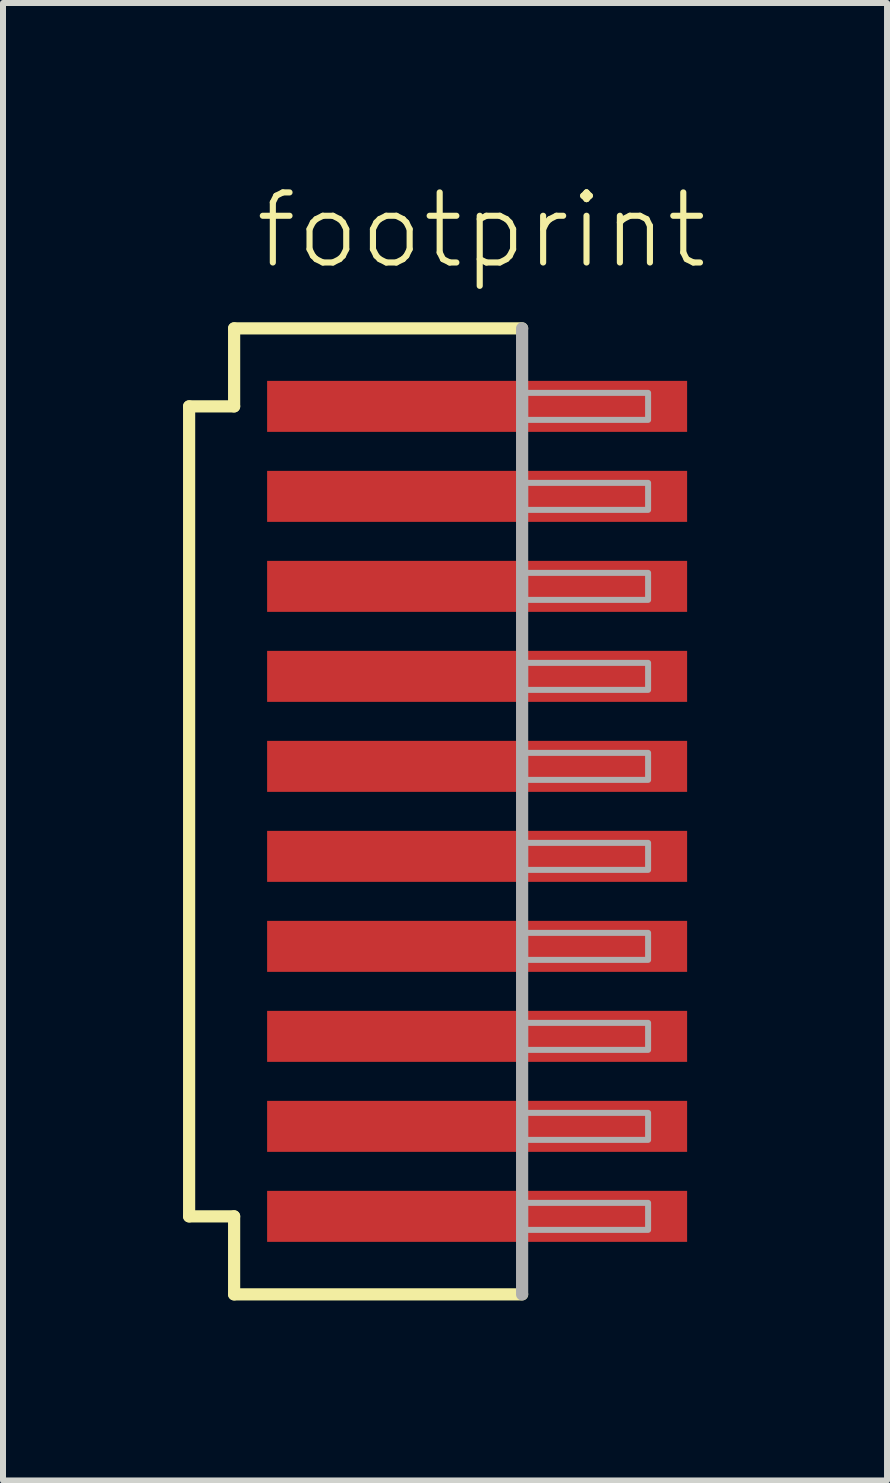
<source format=kicad_pcb>
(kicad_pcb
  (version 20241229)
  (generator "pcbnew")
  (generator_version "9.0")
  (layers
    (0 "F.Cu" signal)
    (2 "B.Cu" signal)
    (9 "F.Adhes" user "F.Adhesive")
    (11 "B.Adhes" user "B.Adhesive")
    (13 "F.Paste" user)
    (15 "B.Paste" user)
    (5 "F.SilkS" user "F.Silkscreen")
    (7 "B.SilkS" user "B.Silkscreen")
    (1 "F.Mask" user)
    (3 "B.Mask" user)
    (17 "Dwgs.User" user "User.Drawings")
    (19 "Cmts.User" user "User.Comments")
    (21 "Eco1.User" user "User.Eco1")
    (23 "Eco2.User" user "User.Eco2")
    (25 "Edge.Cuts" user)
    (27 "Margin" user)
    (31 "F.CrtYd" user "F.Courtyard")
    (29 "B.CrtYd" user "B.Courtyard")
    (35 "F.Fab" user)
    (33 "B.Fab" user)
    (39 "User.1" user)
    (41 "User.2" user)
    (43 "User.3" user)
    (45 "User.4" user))
  (footprint "footprint"
    (layer "F.Cu")
    (at 4.902 10.473)
    (property "Reference" "footprint" (at -3.75 -9 0) (layer "F.SilkS") (effects (font (size 1.168 1.168) (thickness 0.102)) (justify left bottom)))
    (fp_line (start -4.8 -6.75) (end -4.05 -6.75) (stroke (width 0.203) (type solid)) (layer "F.SilkS"))
    (fp_line (start -4.8 6.75) (end -4.8 -6.75) (stroke (width 0.203) (type solid)) (layer "F.SilkS"))
    (fp_line (start -4.05 -8.05) (end 0.75 -8.05) (stroke (width 0.203) (type solid)) (layer "F.SilkS"))
    (fp_line (start -4.05 -6.75) (end -4.05 -8.05) (stroke (width 0.203) (type solid)) (layer "F.SilkS"))
    (fp_line (start -4.05 6.75) (end -4.8 6.75) (stroke (width 0.203) (type solid)) (layer "F.SilkS"))
    (fp_line (start -4.05 8.05) (end -4.05 6.75) (stroke (width 0.203) (type solid)) (layer "F.SilkS"))
    (fp_line (start 0.75 8.05) (end -4.05 8.05) (stroke (width 0.203) (type solid)) (layer "F.SilkS"))
    (fp_line (start 0.75 -8.05) (end 0.75 8.05) (stroke (width 0.203) (type solid)) (layer "F.Fab"))
    (fp_poly (pts (xy 0.8 -6.525) (xy 2.85 -6.525) (xy 2.85 -6.975) (xy 0.8 -6.975)) (stroke (width 0.1) (type solid)) (fill no) (layer "F.Fab"))
    (fp_poly (pts (xy 0.8 -5.025) (xy 2.85 -5.025) (xy 2.85 -5.475) (xy 0.8 -5.475)) (stroke (width 0.1) (type solid)) (fill no) (layer "F.Fab"))
    (fp_poly (pts (xy 0.8 -3.525) (xy 2.85 -3.525) (xy 2.85 -3.975) (xy 0.8 -3.975)) (stroke (width 0.1) (type solid)) (fill no) (layer "F.Fab"))
    (fp_poly (pts (xy 0.8 -2.025) (xy 2.85 -2.025) (xy 2.85 -2.475) (xy 0.8 -2.475)) (stroke (width 0.1) (type solid)) (fill no) (layer "F.Fab"))
    (fp_poly (pts (xy 0.8 -0.525) (xy 2.85 -0.525) (xy 2.85 -0.975) (xy 0.8 -0.975)) (stroke (width 0.1) (type solid)) (fill no) (layer "F.Fab"))
    (fp_poly (pts (xy 0.8 0.975) (xy 2.85 0.975) (xy 2.85 0.525) (xy 0.8 0.525)) (stroke (width 0.1) (type solid)) (fill no) (layer "F.Fab"))
    (fp_poly (pts (xy 0.8 2.475) (xy 2.85 2.475) (xy 2.85 2.025) (xy 0.8 2.025)) (stroke (width 0.1) (type solid)) (fill no) (layer "F.Fab"))
    (fp_poly (pts (xy 0.8 3.975) (xy 2.85 3.975) (xy 2.85 3.525) (xy 0.8 3.525)) (stroke (width 0.1) (type solid)) (fill no) (layer "F.Fab"))
    (fp_poly (pts (xy 0.8 5.475) (xy 2.85 5.475) (xy 2.85 5.025) (xy 0.8 5.025)) (stroke (width 0.1) (type solid)) (fill no) (layer "F.Fab"))
    (fp_poly (pts (xy 0.8 6.975) (xy 2.85 6.975) (xy 2.85 6.525) (xy 0.8 6.525)) (stroke (width 0.1) (type solid)) (fill no) (layer "F.Fab"))
    (pad "1" smd rect (at 0 -6.75) (size 7 0.85) (layers "F.Cu" "F.Mask" "F.Paste"))
    (pad "2" smd rect (at 0 -5.25) (size 7 0.85) (layers "F.Cu" "F.Mask" "F.Paste"))
    (pad "3" smd rect (at 0 -3.75) (size 7 0.85) (layers "F.Cu" "F.Mask" "F.Paste"))
    (pad "4" smd rect (at 0 -2.25) (size 7 0.85) (layers "F.Cu" "F.Mask" "F.Paste"))
    (pad "5" smd rect (at 0 -0.75) (size 7 0.85) (layers "F.Cu" "F.Mask" "F.Paste"))
    (pad "6" smd rect (at 0 0.75) (size 7 0.85) (layers "F.Cu" "F.Mask" "F.Paste"))
    (pad "7" smd rect (at 0 2.25) (size 7 0.85) (layers "F.Cu" "F.Mask" "F.Paste"))
    (pad "8" smd rect (at 0 3.75) (size 7 0.85) (layers "F.Cu" "F.Mask" "F.Paste"))
    (pad "9" smd rect (at 0 5.25) (size 7 0.85) (layers "F.Cu" "F.Mask" "F.Paste"))
    (pad "10" smd rect (at 0 6.75) (size 7 0.85) (layers "F.Cu" "F.Mask" "F.Paste")))
  (gr_rect
    (start -3 -3)
    (end 11.734 21.625)
    (stroke (width 0.1) (type default))
    (fill no)
    (layer "Edge.Cuts")))
</source>
